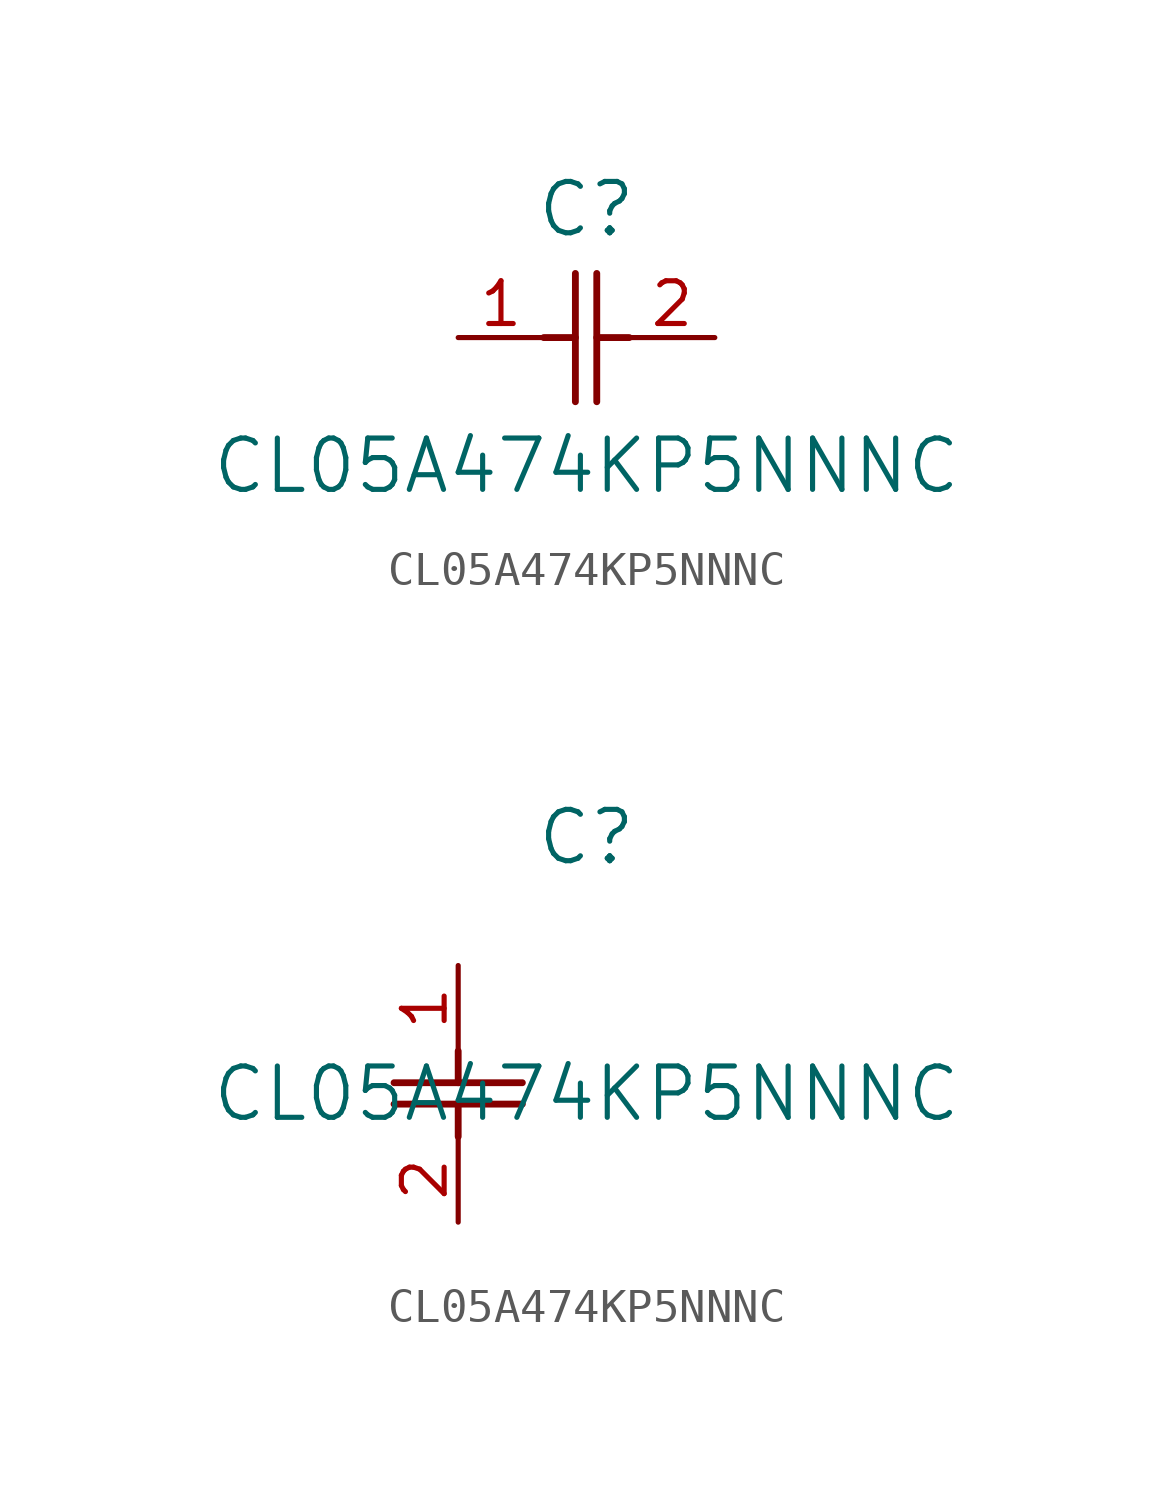
<source format=kicad_sym>
(kicad_symbol_lib
  (version 20211014)
  (generator kicad_symbol_editor)
  (symbol "CL05A474KP5NNNC"
    (pin_names
      (offset 0.254))
    (property "Reference" "C"
      (at 3.81 3.81 0)
      (effects (font (size 1.524 1.524))))
    (property "Value" "CL05A474KP5NNNC"
      (at 3.81 -3.81 0)
      (effects (font (size 1.524 1.524))))
    (symbol "CL05A474KP5NNNC_1_1"
      (polyline (pts (xy 3.48 -1.905) (xy 3.48 1.905)) (stroke (width 0.203) (type default) (color 0 0 0 0)) (fill (type none)))
      (polyline (pts (xy 4.115 -1.905) (xy 4.115 1.905)) (stroke (width 0.203) (type default) (color 0 0 0 0)) (fill (type none)))
      (polyline (pts (xy 4.115 0) (xy 5.08 0)) (stroke (width 0.203) (type default) (color 0 0 0 0)) (fill (type none)))
      (polyline (pts (xy 2.54 0) (xy 3.48 0)) (stroke (width 0.203) (type default) (color 0 0 0 0)) (fill (type none)))
      (pin unspecified line (at 0 0 0) (length 2.54) (name "" (effects (font (size 1.27 1.27)))) (number "1" (effects (font (size 1.27 1.27)))))
      (pin unspecified line (at 7.62 0 180) (length 2.54) (name "" (effects (font (size 1.27 1.27)))) (number "2" (effects (font (size 1.27 1.27))))))
    (symbol "CL05A474KP5NNNC_1_2"
      (polyline (pts (xy -1.905 -3.48) (xy 1.905 -3.48)) (stroke (width 0.203) (type default) (color 0 0 0 0)) (fill (type none)))
      (polyline (pts (xy -1.905 -4.115) (xy 1.905 -4.115)) (stroke (width 0.203) (type default) (color 0 0 0 0)) (fill (type none)))
      (polyline (pts (xy 0 -4.115) (xy 0 -5.08)) (stroke (width 0.203) (type default) (color 0 0 0 0)) (fill (type none)))
      (polyline (pts (xy 0 -2.54) (xy 0 -3.48)) (stroke (width 0.203) (type default) (color 0 0 0 0)) (fill (type none)))
      (pin unspecified line (at 0 0 270) (length 2.54) (name "" (effects (font (size 1.27 1.27)))) (number "1" (effects (font (size 1.27 1.27)))))
      (pin unspecified line (at 0 -7.62 90) (length 2.54) (name "" (effects (font (size 1.27 1.27)))) (number "2" (effects (font (size 1.27 1.27))))))))
</source>
